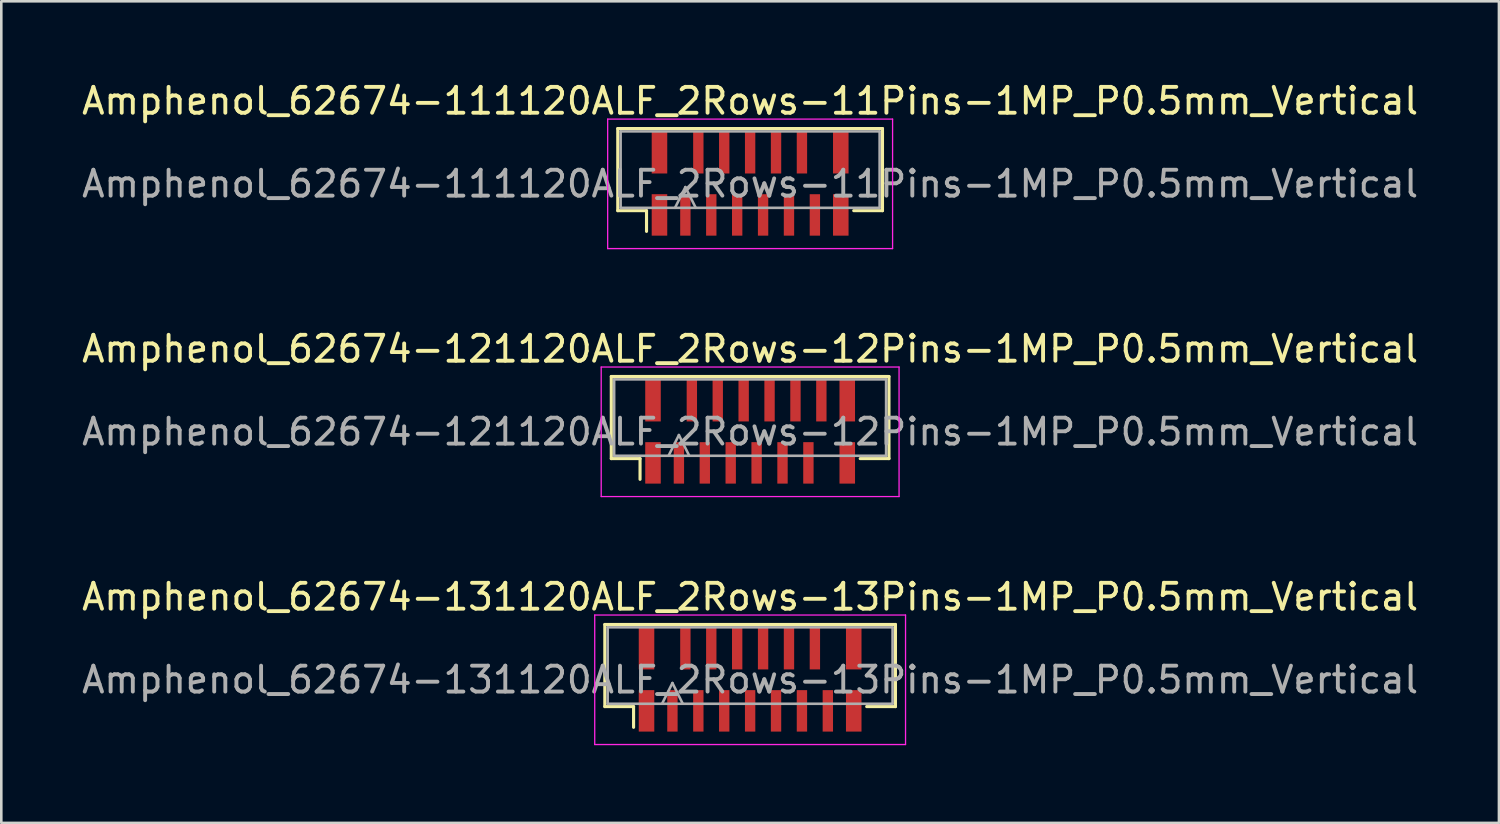
<source format=kicad_pcb>
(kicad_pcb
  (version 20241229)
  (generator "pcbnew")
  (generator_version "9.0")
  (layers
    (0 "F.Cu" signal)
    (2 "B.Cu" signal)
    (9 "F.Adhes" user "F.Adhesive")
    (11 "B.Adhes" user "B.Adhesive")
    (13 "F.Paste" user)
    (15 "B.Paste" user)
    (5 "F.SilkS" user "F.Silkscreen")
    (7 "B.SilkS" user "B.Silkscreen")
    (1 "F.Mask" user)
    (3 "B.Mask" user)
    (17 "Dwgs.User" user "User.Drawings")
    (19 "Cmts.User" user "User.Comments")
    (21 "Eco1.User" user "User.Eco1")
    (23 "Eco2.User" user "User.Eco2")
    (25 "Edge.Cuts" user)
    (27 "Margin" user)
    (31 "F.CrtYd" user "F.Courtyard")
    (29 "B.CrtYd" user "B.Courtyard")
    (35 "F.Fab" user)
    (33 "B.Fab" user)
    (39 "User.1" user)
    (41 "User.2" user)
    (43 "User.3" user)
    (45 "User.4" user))
  (footprint "Amphenol_62674-121120ALF_2Rows-12Pins-1MP_P0.5mm_Vertical"
    (layer "F.Cu")
    (at 25.911 13.621)
    (property "Reference" "Amphenol_62674-121120ALF_2Rows-12Pins-1MP_P0.5mm_Vertical" (at 0 -3.2 0) (layer "F.SilkS") (effects (font (size 1 1) (thickness 0.15))))
    (attr smd)
    (fp_line (start -5.36 -2.135) (end -5.36 1.035) (stroke (width 0.12) (type solid)) (layer "F.SilkS"))
    (fp_line (start -5.36 1.035) (end -4.25 1.035) (stroke (width 0.12) (type solid)) (layer "F.SilkS"))
    (fp_line (start -4.25 1.035) (end -4.25 1.835) (stroke (width 0.12) (type solid)) (layer "F.SilkS"))
    (fp_line (start 4.25 1.035) (end 5.36 1.035) (stroke (width 0.12) (type solid)) (layer "F.SilkS"))
    (fp_line (start 5.36 -2.135) (end -5.36 -2.135) (stroke (width 0.12) (type solid)) (layer "F.SilkS"))
    (fp_line (start 5.36 1.035) (end 5.36 -2.135) (stroke (width 0.12) (type solid)) (layer "F.SilkS"))
    (fp_line (start -5.75 -2.5) (end 5.75 -2.5) (stroke (width 0.05) (type solid)) (layer "F.CrtYd"))
    (fp_line (start -5.75 2.5) (end -5.75 -2.5) (stroke (width 0.05) (type solid)) (layer "F.CrtYd"))
    (fp_line (start 5.75 -2.5) (end 5.75 2.5) (stroke (width 0.05) (type solid)) (layer "F.CrtYd"))
    (fp_line (start 5.75 2.5) (end -5.75 2.5) (stroke (width 0.05) (type solid)) (layer "F.CrtYd"))
    (fp_line (start -5.25 -2.025) (end -5.25 0.925) (stroke (width 0.1) (type solid)) (layer "F.Fab"))
    (fp_line (start -5.25 0.925) (end 5.25 0.925) (stroke (width 0.1) (type solid)) (layer "F.Fab"))
    (fp_line (start -3.15 0.925) (end -2.75 0.125) (stroke (width 0.1) (type solid)) (layer "F.Fab"))
    (fp_line (start -2.75 0.125) (end -2.35 0.925) (stroke (width 0.1) (type solid)) (layer "F.Fab"))
    (fp_line (start 5.25 -2.025) (end -5.25 -2.025) (stroke (width 0.1) (type solid)) (layer "F.Fab"))
    (fp_line (start 5.25 0.925) (end 5.25 -2.025) (stroke (width 0.1) (type solid)) (layer "F.Fab"))
    (fp_text user "${REFERENCE}" (at 0 0 0) (layer "F.Fab") (effects (font (size 1 1) (thickness 0.15))))
    (pad "1" smd rect (at -2.75 1.2) (size 0.4 1.6) (layers "F.Cu" "F.Mask" "F.Paste"))
    (pad "2" smd rect (at -2.25 -1.2) (size 0.4 1.6) (layers "F.Cu" "F.Mask" "F.Paste"))
    (pad "3" smd rect (at -1.75 1.2) (size 0.4 1.6) (layers "F.Cu" "F.Mask" "F.Paste"))
    (pad "4" smd rect (at -1.25 -1.2) (size 0.4 1.6) (layers "F.Cu" "F.Mask" "F.Paste"))
    (pad "5" smd rect (at -0.75 1.2) (size 0.4 1.6) (layers "F.Cu" "F.Mask" "F.Paste"))
    (pad "6" smd rect (at -0.25 -1.2) (size 0.4 1.6) (layers "F.Cu" "F.Mask" "F.Paste"))
    (pad "7" smd rect (at 0.25 1.2) (size 0.4 1.6) (layers "F.Cu" "F.Mask" "F.Paste"))
    (pad "8" smd rect (at 0.75 -1.2) (size 0.4 1.6) (layers "F.Cu" "F.Mask" "F.Paste"))
    (pad "9" smd rect (at 1.25 1.2) (size 0.4 1.6) (layers "F.Cu" "F.Mask" "F.Paste"))
    (pad "10" smd rect (at 1.75 -1.2) (size 0.4 1.6) (layers "F.Cu" "F.Mask" "F.Paste"))
    (pad "11" smd rect (at 2.25 1.2) (size 0.4 1.6) (layers "F.Cu" "F.Mask" "F.Paste"))
    (pad "12" smd rect (at 2.75 -1.2) (size 0.4 1.6) (layers "F.Cu" "F.Mask" "F.Paste"))
    (pad "MP" smd rect (at -3.75 -1.2) (size 0.6 1.6) (layers "F.Cu" "F.Mask" "F.Paste"))
    (pad "MP" smd rect (at -3.75 1.2) (size 0.6 1.6) (layers "F.Cu" "F.Mask" "F.Paste"))
    (pad "MP" smd rect (at 3.75 -1.2) (size 0.6 1.6) (layers "F.Cu" "F.Mask" "F.Paste"))
    (pad "MP" smd rect (at 3.75 1.2) (size 0.6 1.6) (layers "F.Cu" "F.Mask" "F.Paste")))
  (footprint "Amphenol_62674-131120ALF_2Rows-13Pins-1MP_P0.5mm_Vertical"
    (layer "F.Cu")
    (at 25.911 23.195)
    (property "Reference" "Amphenol_62674-131120ALF_2Rows-13Pins-1MP_P0.5mm_Vertical" (at 0 -3.2 0) (layer "F.SilkS") (effects (font (size 1 1) (thickness 0.15))))
    (attr smd)
    (fp_line (start -5.61 -2.135) (end -5.61 1.035) (stroke (width 0.12) (type solid)) (layer "F.SilkS"))
    (fp_line (start -5.61 1.035) (end -4.5 1.035) (stroke (width 0.12) (type solid)) (layer "F.SilkS"))
    (fp_line (start -4.5 1.035) (end -4.5 1.835) (stroke (width 0.12) (type solid)) (layer "F.SilkS"))
    (fp_line (start 4.5 1.035) (end 5.61 1.035) (stroke (width 0.12) (type solid)) (layer "F.SilkS"))
    (fp_line (start 5.61 -2.135) (end -5.61 -2.135) (stroke (width 0.12) (type solid)) (layer "F.SilkS"))
    (fp_line (start 5.61 1.035) (end 5.61 -2.135) (stroke (width 0.12) (type solid)) (layer "F.SilkS"))
    (fp_line (start -6 -2.5) (end 6 -2.5) (stroke (width 0.05) (type solid)) (layer "F.CrtYd"))
    (fp_line (start -6 2.5) (end -6 -2.5) (stroke (width 0.05) (type solid)) (layer "F.CrtYd"))
    (fp_line (start 6 -2.5) (end 6 2.5) (stroke (width 0.05) (type solid)) (layer "F.CrtYd"))
    (fp_line (start 6 2.5) (end -6 2.5) (stroke (width 0.05) (type solid)) (layer "F.CrtYd"))
    (fp_line (start -5.5 -2.025) (end -5.5 0.925) (stroke (width 0.1) (type solid)) (layer "F.Fab"))
    (fp_line (start -5.5 0.925) (end 5.5 0.925) (stroke (width 0.1) (type solid)) (layer "F.Fab"))
    (fp_line (start -3.4 0.925) (end -3 0.125) (stroke (width 0.1) (type solid)) (layer "F.Fab"))
    (fp_line (start -3 0.125) (end -2.6 0.925) (stroke (width 0.1) (type solid)) (layer "F.Fab"))
    (fp_line (start 5.5 -2.025) (end -5.5 -2.025) (stroke (width 0.1) (type solid)) (layer "F.Fab"))
    (fp_line (start 5.5 0.925) (end 5.5 -2.025) (stroke (width 0.1) (type solid)) (layer "F.Fab"))
    (fp_text user "${REFERENCE}" (at 0 0 0) (layer "F.Fab") (effects (font (size 1 1) (thickness 0.15))))
    (pad "1" smd rect (at -3 1.2) (size 0.4 1.6) (layers "F.Cu" "F.Mask" "F.Paste"))
    (pad "2" smd rect (at -2.5 -1.2) (size 0.4 1.6) (layers "F.Cu" "F.Mask" "F.Paste"))
    (pad "3" smd rect (at -2 1.2) (size 0.4 1.6) (layers "F.Cu" "F.Mask" "F.Paste"))
    (pad "4" smd rect (at -1.5 -1.2) (size 0.4 1.6) (layers "F.Cu" "F.Mask" "F.Paste"))
    (pad "5" smd rect (at -1 1.2) (size 0.4 1.6) (layers "F.Cu" "F.Mask" "F.Paste"))
    (pad "6" smd rect (at -0.5 -1.2) (size 0.4 1.6) (layers "F.Cu" "F.Mask" "F.Paste"))
    (pad "7" smd rect (at 0 1.2) (size 0.4 1.6) (layers "F.Cu" "F.Mask" "F.Paste"))
    (pad "8" smd rect (at 0.5 -1.2) (size 0.4 1.6) (layers "F.Cu" "F.Mask" "F.Paste"))
    (pad "9" smd rect (at 1 1.2) (size 0.4 1.6) (layers "F.Cu" "F.Mask" "F.Paste"))
    (pad "10" smd rect (at 1.5 -1.2) (size 0.4 1.6) (layers "F.Cu" "F.Mask" "F.Paste"))
    (pad "11" smd rect (at 2 1.2) (size 0.4 1.6) (layers "F.Cu" "F.Mask" "F.Paste"))
    (pad "12" smd rect (at 2.5 -1.2) (size 0.4 1.6) (layers "F.Cu" "F.Mask" "F.Paste"))
    (pad "13" smd rect (at 3 1.2) (size 0.4 1.6) (layers "F.Cu" "F.Mask" "F.Paste"))
    (pad "MP" smd rect (at -4 -1.2) (size 0.6 1.6) (layers "F.Cu" "F.Mask" "F.Paste"))
    (pad "MP" smd rect (at -4 1.2) (size 0.6 1.6) (layers "F.Cu" "F.Mask" "F.Paste"))
    (pad "MP" smd rect (at 4 -1.2) (size 0.6 1.6) (layers "F.Cu" "F.Mask" "F.Paste"))
    (pad "MP" smd rect (at 4 1.2) (size 0.6 1.6) (layers "F.Cu" "F.Mask" "F.Paste")))
  (footprint "Amphenol_62674-111120ALF_2Rows-11Pins-1MP_P0.5mm_Vertical"
    (layer "F.Cu")
    (at 25.911 4.048)
    (property "Reference" "Amphenol_62674-111120ALF_2Rows-11Pins-1MP_P0.5mm_Vertical" (at 0 -3.2 0) (layer "F.SilkS") (effects (font (size 1 1) (thickness 0.15))))
    (attr smd)
    (fp_line (start -5.11 -2.135) (end -5.11 1.035) (stroke (width 0.12) (type solid)) (layer "F.SilkS"))
    (fp_line (start -5.11 1.035) (end -4 1.035) (stroke (width 0.12) (type solid)) (layer "F.SilkS"))
    (fp_line (start -4 1.035) (end -4 1.835) (stroke (width 0.12) (type solid)) (layer "F.SilkS"))
    (fp_line (start 4 1.035) (end 5.11 1.035) (stroke (width 0.12) (type solid)) (layer "F.SilkS"))
    (fp_line (start 5.11 -2.135) (end -5.11 -2.135) (stroke (width 0.12) (type solid)) (layer "F.SilkS"))
    (fp_line (start 5.11 1.035) (end 5.11 -2.135) (stroke (width 0.12) (type solid)) (layer "F.SilkS"))
    (fp_line (start -5.5 -2.5) (end 5.5 -2.5) (stroke (width 0.05) (type solid)) (layer "F.CrtYd"))
    (fp_line (start -5.5 2.5) (end -5.5 -2.5) (stroke (width 0.05) (type solid)) (layer "F.CrtYd"))
    (fp_line (start 5.5 -2.5) (end 5.5 2.5) (stroke (width 0.05) (type solid)) (layer "F.CrtYd"))
    (fp_line (start 5.5 2.5) (end -5.5 2.5) (stroke (width 0.05) (type solid)) (layer "F.CrtYd"))
    (fp_line (start -5 -2.025) (end -5 0.925) (stroke (width 0.1) (type solid)) (layer "F.Fab"))
    (fp_line (start -5 0.925) (end 5 0.925) (stroke (width 0.1) (type solid)) (layer "F.Fab"))
    (fp_line (start -2.9 0.925) (end -2.5 0.125) (stroke (width 0.1) (type solid)) (layer "F.Fab"))
    (fp_line (start -2.5 0.125) (end -2.1 0.925) (stroke (width 0.1) (type solid)) (layer "F.Fab"))
    (fp_line (start 5 -2.025) (end -5 -2.025) (stroke (width 0.1) (type solid)) (layer "F.Fab"))
    (fp_line (start 5 0.925) (end 5 -2.025) (stroke (width 0.1) (type solid)) (layer "F.Fab"))
    (fp_text user "${REFERENCE}" (at 0 0 0) (layer "F.Fab") (effects (font (size 1 1) (thickness 0.15))))
    (pad "1" smd rect (at -2.5 1.2) (size 0.4 1.6) (layers "F.Cu" "F.Mask" "F.Paste"))
    (pad "2" smd rect (at -2 -1.2) (size 0.4 1.6) (layers "F.Cu" "F.Mask" "F.Paste"))
    (pad "3" smd rect (at -1.5 1.2) (size 0.4 1.6) (layers "F.Cu" "F.Mask" "F.Paste"))
    (pad "4" smd rect (at -1 -1.2) (size 0.4 1.6) (layers "F.Cu" "F.Mask" "F.Paste"))
    (pad "5" smd rect (at -0.5 1.2) (size 0.4 1.6) (layers "F.Cu" "F.Mask" "F.Paste"))
    (pad "6" smd rect (at 0 -1.2) (size 0.4 1.6) (layers "F.Cu" "F.Mask" "F.Paste"))
    (pad "7" smd rect (at 0.5 1.2) (size 0.4 1.6) (layers "F.Cu" "F.Mask" "F.Paste"))
    (pad "8" smd rect (at 1 -1.2) (size 0.4 1.6) (layers "F.Cu" "F.Mask" "F.Paste"))
    (pad "9" smd rect (at 1.5 1.2) (size 0.4 1.6) (layers "F.Cu" "F.Mask" "F.Paste"))
    (pad "10" smd rect (at 2 -1.2) (size 0.4 1.6) (layers "F.Cu" "F.Mask" "F.Paste"))
    (pad "11" smd rect (at 2.5 1.2) (size 0.4 1.6) (layers "F.Cu" "F.Mask" "F.Paste"))
    (pad "MP" smd rect (at -3.5 -1.2) (size 0.6 1.6) (layers "F.Cu" "F.Mask" "F.Paste"))
    (pad "MP" smd rect (at -3.5 1.2) (size 0.6 1.6) (layers "F.Cu" "F.Mask" "F.Paste"))
    (pad "MP" smd rect (at 3.5 -1.2) (size 0.6 1.6) (layers "F.Cu" "F.Mask" "F.Paste"))
    (pad "MP" smd rect (at 3.5 1.2) (size 0.6 1.6) (layers "F.Cu" "F.Mask" "F.Paste")))
  (gr_rect
    (start -3 -3)
    (end 54.821 28.72)
    (stroke (width 0.1) (type default))
    (fill no)
    (layer "Edge.Cuts")))
</source>
